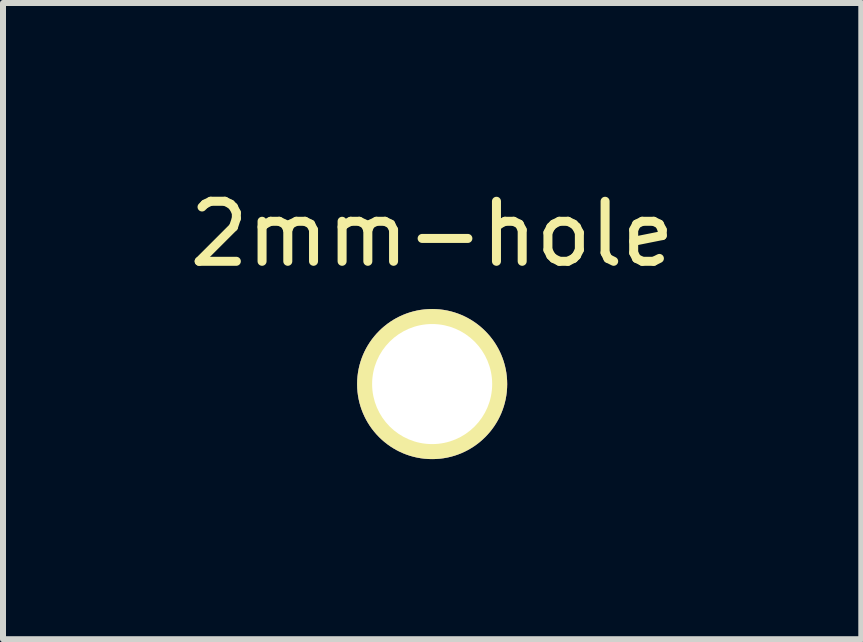
<source format=kicad_pcb>
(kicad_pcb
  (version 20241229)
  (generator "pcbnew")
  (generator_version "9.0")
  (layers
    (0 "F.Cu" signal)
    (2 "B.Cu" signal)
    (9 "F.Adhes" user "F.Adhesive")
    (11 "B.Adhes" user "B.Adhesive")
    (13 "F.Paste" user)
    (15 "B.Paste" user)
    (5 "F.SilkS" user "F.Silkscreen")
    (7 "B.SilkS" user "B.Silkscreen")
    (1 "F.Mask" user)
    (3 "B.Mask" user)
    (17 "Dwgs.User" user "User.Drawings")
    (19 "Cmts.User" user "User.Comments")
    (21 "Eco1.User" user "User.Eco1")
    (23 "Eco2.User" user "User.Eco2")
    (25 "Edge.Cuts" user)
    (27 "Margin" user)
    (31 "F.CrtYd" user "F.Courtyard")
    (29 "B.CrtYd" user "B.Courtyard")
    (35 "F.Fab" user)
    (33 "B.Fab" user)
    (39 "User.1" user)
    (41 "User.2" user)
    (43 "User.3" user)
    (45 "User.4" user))
  (footprint "2mm-hole"
    (layer "F.Cu")
    (at 4.149 3.348)
    (property "Reference" "2mm-hole" (at 0 -2.5 0) (layer "F.SilkS") (effects (font (size 1 1) (thickness 0.15))))
    (attr through_hole)
    (pad "1" thru_hole circle (at 0 0) (size 2.5 2.5) (drill 2) (layers "*.Cu" "*.Mask" "F.SilkS")))
  (gr_rect
    (start -3 -3)
    (end 11.298 7.598)
    (stroke (width 0.1) (type default))
    (fill no)
    (layer "Edge.Cuts")))
</source>
